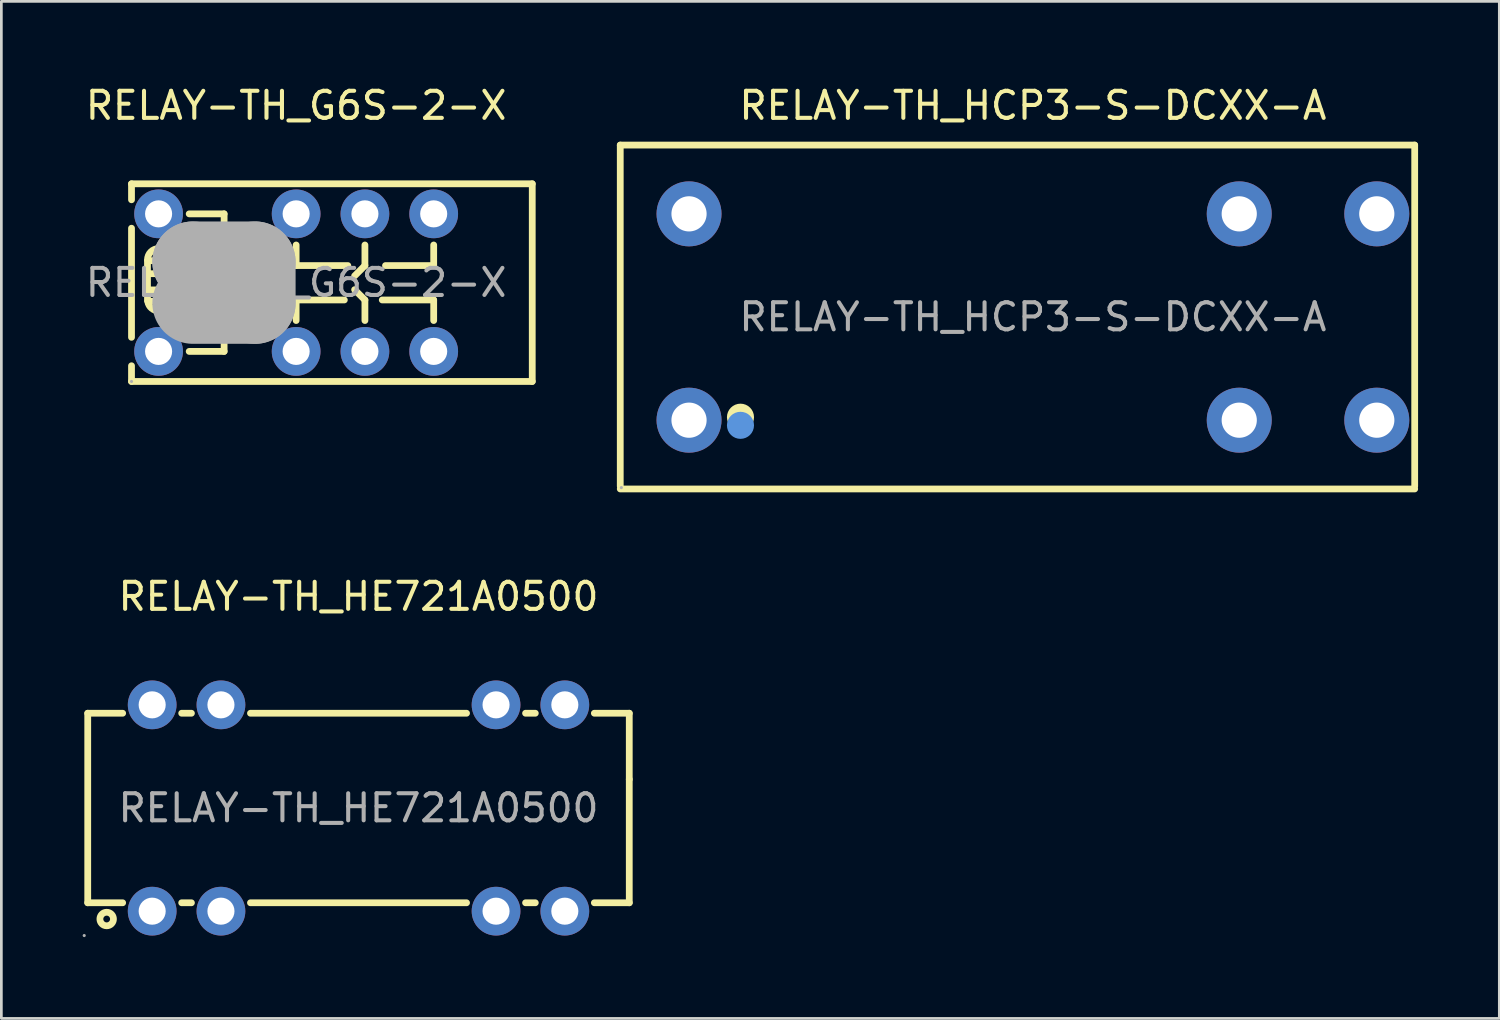
<source format=kicad_pcb>
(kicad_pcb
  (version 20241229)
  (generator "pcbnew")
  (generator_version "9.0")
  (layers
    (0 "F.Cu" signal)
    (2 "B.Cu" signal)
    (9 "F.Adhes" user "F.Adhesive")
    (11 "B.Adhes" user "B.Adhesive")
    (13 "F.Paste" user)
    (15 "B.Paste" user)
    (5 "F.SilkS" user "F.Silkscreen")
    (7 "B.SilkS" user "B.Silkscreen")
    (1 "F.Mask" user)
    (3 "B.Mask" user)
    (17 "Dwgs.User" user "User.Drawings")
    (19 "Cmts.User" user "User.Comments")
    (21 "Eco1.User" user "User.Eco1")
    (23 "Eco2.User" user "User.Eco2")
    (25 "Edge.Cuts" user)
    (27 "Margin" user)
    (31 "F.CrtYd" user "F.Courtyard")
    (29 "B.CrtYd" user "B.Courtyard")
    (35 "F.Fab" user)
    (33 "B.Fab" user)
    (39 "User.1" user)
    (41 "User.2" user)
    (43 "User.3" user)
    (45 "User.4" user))
  (footprint "RELAY-TH_HCP3-S-DCXX-A"
    (layer "F.Cu")
    (at 35.097 8.658)
    (property "Reference" "RELAY-TH_HCP3-S-DCXX-A" (at 0 -7.81 0) (layer "F.SilkS") (effects (font (size 1 1) (thickness 0.15))))
    (attr through_hole)
    (fp_line (start -15.24 -6.35) (end 14.1 -6.35) (stroke (width 0.25) (type solid)) (layer "F.SilkS"))
    (fp_line (start -15.24 6.25) (end -15.24 -6.35) (stroke (width 0.25) (type solid)) (layer "F.SilkS"))
    (fp_line (start -15.24 6.35) (end 14.1 6.35) (stroke (width 0.25) (type solid)) (layer "F.SilkS"))
    (fp_line (start 14.1 6.25) (end 14.1 -6.35) (stroke (width 0.25) (type solid)) (layer "F.SilkS"))
    (fp_circle (center -10.8 3.7) (end -10.55 3.7) (stroke (width 0.5) (type solid)) (fill no) (layer "F.SilkS"))
    (fp_circle (center -10.8 4) (end -10.55 4) (stroke (width 0.5) (type solid)) (fill no) (layer "Cmts.User"))
    (fp_circle (center -15.2 6.3) (end -15.17 6.3) (stroke (width 0.06) (type solid)) (fill no) (layer "F.Fab"))
    (fp_text user "${REFERENCE}" (at 0 0 0) (layer "F.Fab") (effects (font (size 1 1) (thickness 0.15))))
    (pad "1" thru_hole circle (at -12.7 3.81) (size 2.4 2.4) (drill 1.3) (layers "*.Cu" "*.Paste" "*.Mask"))
    (pad "6" thru_hole circle (at 7.62 3.81) (size 2.4 2.4) (drill 1.3) (layers "*.Cu" "*.Paste" "*.Mask"))
    (pad "8" thru_hole circle (at 12.7 3.81) (size 2.4 2.4) (drill 1.3) (layers "*.Cu" "*.Paste" "*.Mask"))
    (pad "9" thru_hole circle (at 12.7 -3.81) (size 2.4 2.4) (drill 1.3) (layers "*.Cu" "*.Paste" "*.Mask"))
    (pad "11" thru_hole circle (at 7.62 -3.81) (size 2.4 2.4) (drill 1.3) (layers "*.Cu" "*.Paste" "*.Mask"))
    (pad "16" thru_hole circle (at -12.7 -3.81 90) (size 2.4 2.4) (drill 1.3) (layers "*.Cu" "*.Paste" "*.Mask")))
  (footprint "RELAY-TH_G6S-2-X"
    (layer "F.Cu")
    (at 7.887 7.388)
    (property "Reference" "RELAY-TH_G6S-2-X" (at 0 -6.54 0) (layer "F.SilkS") (effects (font (size 1 1) (thickness 0.15))))
    (attr through_hole)
    (fp_line (start -6.08 -3.65) (end -6.08 -3.06) (stroke (width 0.25) (type solid)) (layer "F.SilkS"))
    (fp_line (start -6.08 -2.01) (end -6.08 2.02) (stroke (width 0.25) (type solid)) (layer "F.SilkS"))
    (fp_line (start -6.08 3.07) (end -6.08 3.65) (stroke (width 0.25) (type solid)) (layer "F.SilkS"))
    (fp_line (start -6.08 3.65) (end 8.72 3.65) (stroke (width 0.25) (type solid)) (layer "F.SilkS"))
    (fp_line (start -5.49 -0.81) (end -5.49 0.66) (stroke (width 0.25) (type solid)) (layer "F.SilkS"))
    (fp_line (start -5.49 0.27) (end -4.71 0.27) (stroke (width 0.25) (type solid)) (layer "F.SilkS"))
    (fp_line (start -5.46 -0.81) (end -4.71 -0.81) (stroke (width 0.25) (type solid)) (layer "F.SilkS"))
    (fp_line (start -5.46 -0.33) (end -4.68 -0.33) (stroke (width 0.25) (type solid)) (layer "F.SilkS"))
    (fp_line (start -5.46 0.69) (end -4.68 0.69) (stroke (width 0.25) (type solid)) (layer "F.SilkS"))
    (fp_line (start -5.46 0.72) (end -5.46 0.69) (stroke (width 0.25) (type solid)) (layer "F.SilkS"))
    (fp_line (start -4.71 0.27) (end -4.68 0.24) (stroke (width 0.25) (type solid)) (layer "F.SilkS"))
    (fp_line (start -4.65 -0.81) (end -4.65 0.66) (stroke (width 0.25) (type solid)) (layer "F.SilkS"))
    (fp_line (start -2.66 -2.54) (end -3.95 -2.54) (stroke (width 0.25) (type solid)) (layer "F.SilkS"))
    (fp_line (start -2.66 -0.76) (end -2.66 -2.54) (stroke (width 0.25) (type solid)) (layer "F.SilkS"))
    (fp_line (start -2.66 0.76) (end -2.66 2.54) (stroke (width 0.25) (type solid)) (layer "F.SilkS"))
    (fp_line (start -2.66 2.54) (end -3.95 2.54) (stroke (width 0.25) (type solid)) (layer "F.SilkS"))
    (fp_line (start 0 -1.39) (end 0 -0.63) (stroke (width 0.25) (type solid)) (layer "F.SilkS"))
    (fp_line (start 0 -0.63) (end 1.91 -0.63) (stroke (width 0.25) (type solid)) (layer "F.SilkS"))
    (fp_line (start 0 0.64) (end 1.78 0.64) (stroke (width 0.25) (type solid)) (layer "F.SilkS"))
    (fp_line (start 0 1.4) (end 0 0.64) (stroke (width 0.25) (type solid)) (layer "F.SilkS"))
    (fp_line (start 2.54 -1.39) (end 2.54 -0.63) (stroke (width 0.25) (type solid)) (layer "F.SilkS"))
    (fp_line (start 2.54 -0.63) (end 2.16 -0.25) (stroke (width 0.25) (type solid)) (layer "F.SilkS"))
    (fp_line (start 2.54 0.64) (end 2.16 0.26) (stroke (width 0.25) (type solid)) (layer "F.SilkS"))
    (fp_line (start 2.54 1.4) (end 2.54 0.64) (stroke (width 0.25) (type solid)) (layer "F.SilkS"))
    (fp_line (start 5.08 -1.39) (end 5.08 -0.63) (stroke (width 0.25) (type solid)) (layer "F.SilkS"))
    (fp_line (start 5.08 -0.63) (end 3.3 -0.63) (stroke (width 0.25) (type solid)) (layer "F.SilkS"))
    (fp_line (start 5.08 0.64) (end 3.18 0.64) (stroke (width 0.25) (type solid)) (layer "F.SilkS"))
    (fp_line (start 5.08 1.4) (end 5.08 0.64) (stroke (width 0.25) (type solid)) (layer "F.SilkS"))
    (fp_line (start 8.72 -3.65) (end -6.08 -3.65) (stroke (width 0.25) (type solid)) (layer "F.SilkS"))
    (fp_line (start 8.72 3.65) (end 8.72 -3.65) (stroke (width 0.25) (type solid)) (layer "F.SilkS"))
    (fp_arc (start -5.49 -0.84) (mid -5.07 -1.26) (end -4.65 -0.84) (stroke (width 0.25) (type solid)) (layer "F.SilkS"))
    (fp_arc (start -4.658126 0.687967) (mid -5.063911 1.045889) (end -5.48 0.7) (stroke (width 0.25) (type solid)) (layer "F.SilkS"))
    (fp_line (start -3.81 -0.76) (end -3.81 -0.76) (stroke (width 3) (type solid)) (layer "F.Fab"))
    (fp_line (start -3.81 -0.76) (end -1.52 -0.76) (stroke (width 3) (type solid)) (layer "F.Fab"))
    (fp_line (start -1.52 -0.76) (end -1.52 0.76) (stroke (width 3) (type solid)) (layer "F.Fab"))
    (fp_line (start -1.52 0.76) (end -3.81 0.76) (stroke (width 3) (type solid)) (layer "F.Fab"))
    (fp_circle (center -6.08 3.65) (end -6.05 3.65) (stroke (width 0.06) (type solid)) (fill no) (layer "F.Fab"))
    (fp_text user "${REFERENCE}" (at 0 0 0) (layer "F.Fab") (effects (font (size 1 1) (thickness 0.15))))
    (pad "1" thru_hole circle (at -5.08 2.54) (size 1.8 1.8) (drill 1) (layers "*.Cu" "*.Paste" "*.Mask"))
    (pad "3" thru_hole circle (at 0 2.54) (size 1.8 1.8) (drill 1) (layers "*.Cu" "*.Paste" "*.Mask"))
    (pad "4" thru_hole circle (at 2.54 2.54) (size 1.8 1.8) (drill 1) (layers "*.Cu" "*.Paste" "*.Mask"))
    (pad "5" thru_hole circle (at 5.08 2.54) (size 1.8 1.8) (drill 1) (layers "*.Cu" "*.Paste" "*.Mask"))
    (pad "8" thru_hole circle (at 5.08 -2.54) (size 1.8 1.8) (drill 1) (layers "*.Cu" "*.Paste" "*.Mask"))
    (pad "9" thru_hole circle (at 2.54 -2.54) (size 1.8 1.8) (drill 1) (layers "*.Cu" "*.Paste" "*.Mask"))
    (pad "10" thru_hole circle (at 0 -2.54) (size 1.8 1.8) (drill 1) (layers "*.Cu" "*.Paste" "*.Mask"))
    (pad "12" thru_hole circle (at -5.08 -2.54) (size 1.8 1.8) (drill 1) (layers "*.Cu" "*.Paste" "*.Mask")))
  (footprint "RELAY-TH_HE721A0500"
    (layer "F.Cu")
    (at 10.19 26.791)
    (property "Reference" "RELAY-TH_HE721A0500" (at 0 -7.81 0) (layer "F.SilkS") (effects (font (size 1 1) (thickness 0.15))))
    (attr through_hole)
    (fp_line (start -10 -3.5) (end -10 3.5) (stroke (width 0.25) (type solid)) (layer "F.SilkS"))
    (fp_line (start -10 -3.5) (end -8.71 -3.5) (stroke (width 0.25) (type solid)) (layer "F.SilkS"))
    (fp_line (start -8.71 3.5) (end -10 3.5) (stroke (width 0.25) (type solid)) (layer "F.SilkS"))
    (fp_line (start -6.53 -3.5) (end -6.17 -3.5) (stroke (width 0.25) (type solid)) (layer "F.SilkS"))
    (fp_line (start -6.17 3.5) (end -6.53 3.5) (stroke (width 0.25) (type solid)) (layer "F.SilkS"))
    (fp_line (start -3.99 -3.5) (end 3.99 -3.5) (stroke (width 0.25) (type solid)) (layer "F.SilkS"))
    (fp_line (start 3.99 3.5) (end -3.99 3.5) (stroke (width 0.25) (type solid)) (layer "F.SilkS"))
    (fp_line (start 6.17 -3.5) (end 6.53 -3.5) (stroke (width 0.25) (type solid)) (layer "F.SilkS"))
    (fp_line (start 6.53 3.5) (end 6.17 3.5) (stroke (width 0.25) (type solid)) (layer "F.SilkS"))
    (fp_line (start 8.71 -3.5) (end 10 -3.5) (stroke (width 0.25) (type solid)) (layer "F.SilkS"))
    (fp_line (start 10 -3.5) (end 10 -1.06) (stroke (width 0.25) (type solid)) (layer "F.SilkS"))
    (fp_line (start 10 -1.06) (end 10 3.5) (stroke (width 0.25) (type solid)) (layer "F.SilkS"))
    (fp_line (start 10 3.5) (end 8.71 3.5) (stroke (width 0.25) (type solid)) (layer "F.SilkS"))
    (fp_circle (center -9.3 4.1) (end -9.05 4.1) (stroke (width 0.25) (type solid)) (fill no) (layer "F.SilkS"))
    (fp_circle (center -10.13 4.71) (end -10.1 4.71) (stroke (width 0.06) (type solid)) (fill no) (layer "F.Fab"))
    (fp_circle (center -7.62 -3.81) (end -7.42 -3.81) (stroke (width 0.4) (type solid)) (fill no) (layer "F.Fab"))
    (fp_circle (center -7.62 3.81) (end -7.42 3.81) (stroke (width 0.4) (type solid)) (fill no) (layer "F.Fab"))
    (fp_circle (center -5.08 -3.81) (end -4.88 -3.81) (stroke (width 0.4) (type solid)) (fill no) (layer "F.Fab"))
    (fp_circle (center -5.08 3.81) (end -4.88 3.81) (stroke (width 0.4) (type solid)) (fill no) (layer "F.Fab"))
    (fp_circle (center 5.08 -3.81) (end 5.28 -3.81) (stroke (width 0.4) (type solid)) (fill no) (layer "F.Fab"))
    (fp_circle (center 5.08 3.81) (end 5.28 3.81) (stroke (width 0.4) (type solid)) (fill no) (layer "F.Fab"))
    (fp_circle (center 7.62 -3.81) (end 7.82 -3.81) (stroke (width 0.4) (type solid)) (fill no) (layer "F.Fab"))
    (fp_circle (center 7.62 3.81) (end 7.82 3.81) (stroke (width 0.4) (type solid)) (fill no) (layer "F.Fab"))
    (fp_text user "${REFERENCE}" (at 0 0 0) (layer "F.Fab") (effects (font (size 1 1) (thickness 0.15))))
    (pad "1" thru_hole circle (at -7.62 3.81 180) (size 1.8 1.8) (drill 1) (layers "*.Cu" "*.Paste" "*.Mask"))
    (pad "2" thru_hole circle (at -5.08 3.81 180) (size 1.8 1.8) (drill 1) (layers "*.Cu" "*.Paste" "*.Mask"))
    (pad "6" thru_hole circle (at 5.08 3.81 180) (size 1.8 1.8) (drill 1) (layers "*.Cu" "*.Paste" "*.Mask"))
    (pad "7" thru_hole circle (at 7.62 3.81 180) (size 1.8 1.8) (drill 1) (layers "*.Cu" "*.Paste" "*.Mask"))
    (pad "8" thru_hole circle (at 7.62 -3.81 180) (size 1.8 1.8) (drill 1) (layers "*.Cu" "*.Paste" "*.Mask"))
    (pad "9" thru_hole circle (at 5.08 -3.81 180) (size 1.8 1.8) (drill 1) (layers "*.Cu" "*.Paste" "*.Mask"))
    (pad "13" thru_hole circle (at -5.08 -3.81 180) (size 1.8 1.8) (drill 1) (layers "*.Cu" "*.Paste" "*.Mask"))
    (pad "14" thru_hole circle (at -7.62 -3.81 180) (size 1.8 1.8) (drill 1) (layers "*.Cu" "*.Paste" "*.Mask")))
  (gr_rect
    (start -3 -3)
    (end 52.322 34.562)
    (stroke (width 0.1) (type default))
    (fill no)
    (layer "Edge.Cuts")))
</source>
